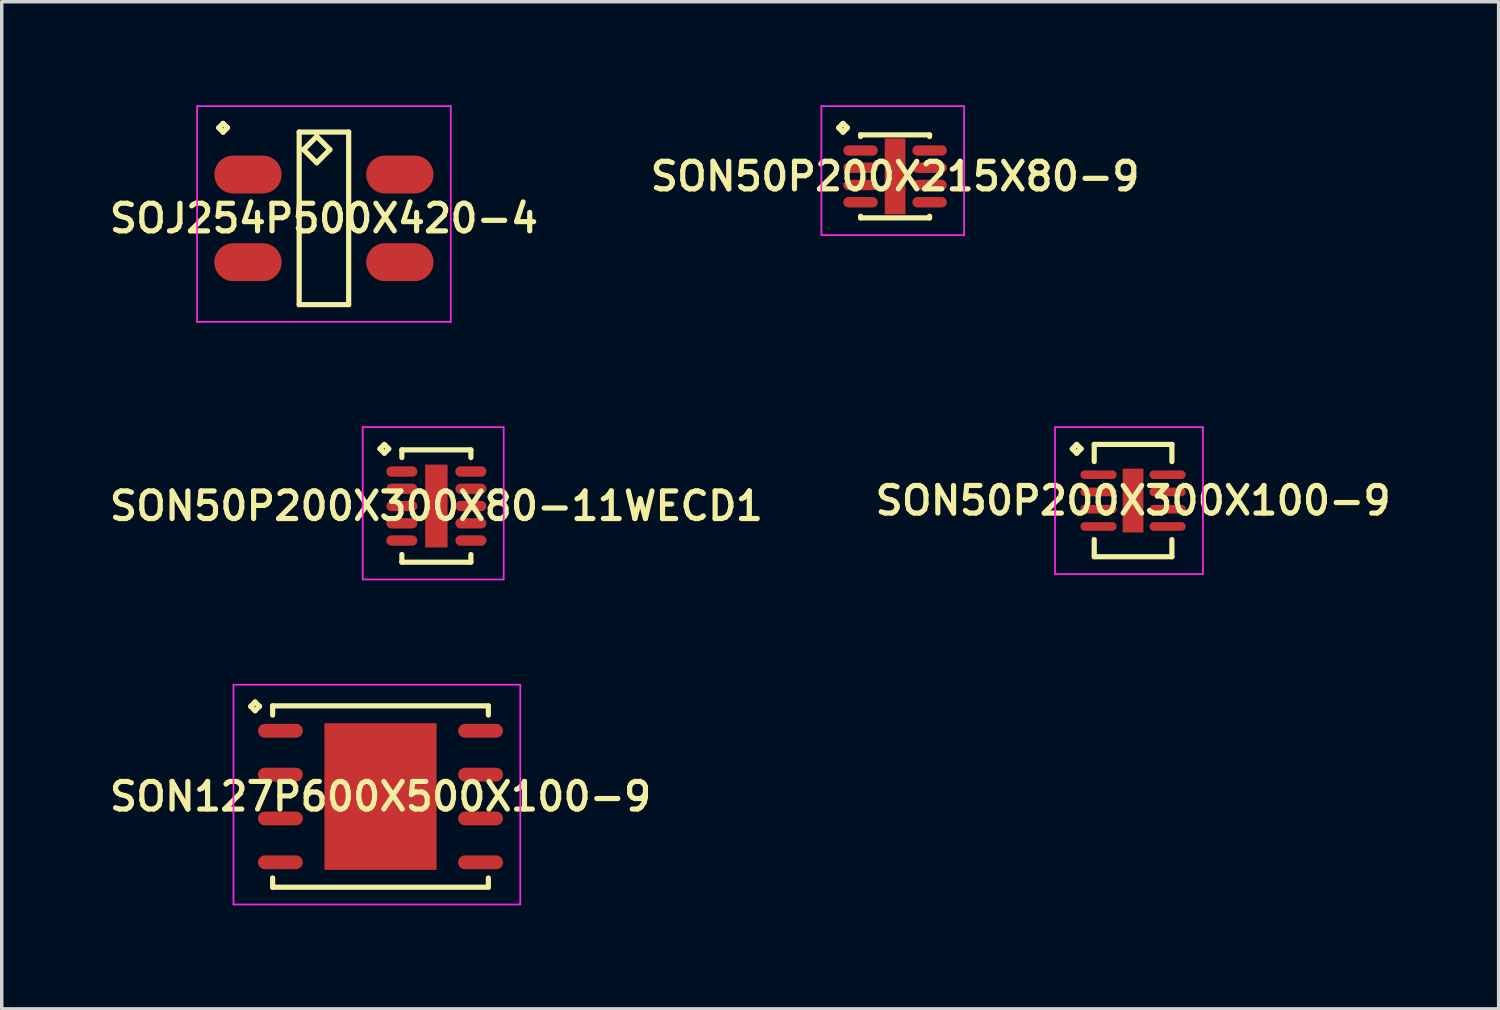
<source format=kicad_pcb>
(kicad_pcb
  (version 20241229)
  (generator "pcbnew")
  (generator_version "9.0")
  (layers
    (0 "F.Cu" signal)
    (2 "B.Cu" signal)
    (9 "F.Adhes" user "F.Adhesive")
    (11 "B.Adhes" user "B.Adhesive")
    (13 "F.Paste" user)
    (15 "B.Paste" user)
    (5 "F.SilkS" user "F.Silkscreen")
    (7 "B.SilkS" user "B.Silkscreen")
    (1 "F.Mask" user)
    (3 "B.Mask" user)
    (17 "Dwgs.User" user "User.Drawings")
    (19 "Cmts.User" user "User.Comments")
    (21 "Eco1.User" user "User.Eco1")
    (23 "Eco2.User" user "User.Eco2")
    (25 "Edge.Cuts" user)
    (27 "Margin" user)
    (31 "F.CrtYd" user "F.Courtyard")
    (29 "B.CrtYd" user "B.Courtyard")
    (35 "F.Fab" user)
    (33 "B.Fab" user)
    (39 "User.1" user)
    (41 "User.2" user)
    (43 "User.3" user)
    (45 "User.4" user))
  (footprint "SON50P200X215X80-9"
    (layer "F.Cu")
    (at 22.883 2.06)
    (property "Reference" "SON50P200X215X80-9" (at 0 0 0) (layer "F.SilkS") (effects (font (size 0.8 0.8) (thickness 0.15))))
    (attr smd)
    (fp_line (start -1.635 -1.408) (end -1.508 -1.535) (stroke (width 0.15) (type solid)) (layer "F.SilkS"))
    (fp_line (start -1.508 -1.535) (end -1.381 -1.408) (stroke (width 0.15) (type solid)) (layer "F.SilkS"))
    (fp_line (start -1.508 -1.281) (end -1.635 -1.408) (stroke (width 0.15) (type solid)) (layer "F.SilkS"))
    (fp_line (start -1.381 -1.408) (end -1.508 -1.281) (stroke (width 0.15) (type solid)) (layer "F.SilkS"))
    (fp_line (start -1 -1.202) (end 1 -1.202) (stroke (width 0.15) (type solid)) (layer "F.SilkS"))
    (fp_line (start -1 -1.154) (end -1 -1.202) (stroke (width 0.15) (type solid)) (layer "F.SilkS"))
    (fp_line (start -1 1.154) (end -1 1.202) (stroke (width 0.15) (type solid)) (layer "F.SilkS"))
    (fp_line (start -1 1.202) (end 1 1.202) (stroke (width 0.15) (type solid)) (layer "F.SilkS"))
    (fp_line (start 1 -1.202) (end 1 -1.154) (stroke (width 0.15) (type solid)) (layer "F.SilkS"))
    (fp_line (start 1 1.202) (end 1 1.154) (stroke (width 0.15) (type solid)) (layer "F.SilkS"))
    (fp_line (start -2.135 -2.035) (end 2 -2.035) (stroke (width 0.05) (type solid)) (layer "F.CrtYd"))
    (fp_line (start -2.135 1.702) (end -2.135 -2.035) (stroke (width 0.05) (type solid)) (layer "F.CrtYd"))
    (fp_line (start 2 -2.035) (end 2 1.702) (stroke (width 0.05) (type solid)) (layer "F.CrtYd"))
    (fp_line (start 2 1.702) (end -2.135 1.702) (stroke (width 0.05) (type solid)) (layer "F.CrtYd"))
    (pad "1" smd oval (at -1 -0.75) (size 1 0.3) (layers "F.Cu" "F.Mask" "F.Paste"))
    (pad "2" smd oval (at -1 -0.25) (size 1 0.3) (layers "F.Cu" "F.Mask" "F.Paste"))
    (pad "3" smd oval (at -1 0.25) (size 1 0.3) (layers "F.Cu" "F.Mask" "F.Paste"))
    (pad "4" smd oval (at -1 0.75) (size 1 0.3) (layers "F.Cu" "F.Mask" "F.Paste"))
    (pad "5" smd oval (at 1 0.75) (size 1 0.3) (layers "F.Cu" "F.Mask" "F.Paste"))
    (pad "6" smd oval (at 1 0.25) (size 1 0.3) (layers "F.Cu" "F.Mask" "F.Paste"))
    (pad "7" smd oval (at 1 -0.25) (size 1 0.3) (layers "F.Cu" "F.Mask" "F.Paste"))
    (pad "8" smd oval (at 1 -0.75) (size 1 0.3) (layers "F.Cu" "F.Mask" "F.Paste"))
    (pad "9" smd rect (at 0 0) (size 0.6 2.2) (layers "F.Cu" "F.Mask" "F.Paste")))
  (footprint "SON127P600X500X100-9"
    (layer "F.Cu")
    (at 7.974 20.028)
    (property "Reference" "SON127P600X500X100-9" (at 0 0 0) (layer "F.SilkS") (effects (font (size 0.8 0.8) (thickness 0.15))))
    (attr smd)
    (fp_line (start -3.76 -2.613) (end -3.633 -2.74) (stroke (width 0.15) (type solid)) (layer "F.SilkS"))
    (fp_line (start -3.633 -2.74) (end -3.506 -2.613) (stroke (width 0.15) (type solid)) (layer "F.SilkS"))
    (fp_line (start -3.633 -2.486) (end -3.76 -2.613) (stroke (width 0.15) (type solid)) (layer "F.SilkS"))
    (fp_line (start -3.506 -2.613) (end -3.633 -2.486) (stroke (width 0.15) (type solid)) (layer "F.SilkS"))
    (fp_line (start -3.125 -2.627) (end 3.125 -2.627) (stroke (width 0.15) (type solid)) (layer "F.SilkS"))
    (fp_line (start -3.125 -2.359) (end -3.125 -2.627) (stroke (width 0.15) (type solid)) (layer "F.SilkS"))
    (fp_line (start -3.125 2.359) (end -3.125 2.627) (stroke (width 0.15) (type solid)) (layer "F.SilkS"))
    (fp_line (start -3.125 2.627) (end 3.125 2.627) (stroke (width 0.15) (type solid)) (layer "F.SilkS"))
    (fp_line (start 3.125 -2.627) (end 3.125 -2.359) (stroke (width 0.15) (type solid)) (layer "F.SilkS"))
    (fp_line (start 3.125 2.627) (end 3.125 2.359) (stroke (width 0.15) (type solid)) (layer "F.SilkS"))
    (fp_line (start -4.26 -3.24) (end 4.05 -3.24) (stroke (width 0.05) (type solid)) (layer "F.CrtYd"))
    (fp_line (start -4.26 3.127) (end -4.26 -3.24) (stroke (width 0.05) (type solid)) (layer "F.CrtYd"))
    (fp_line (start 4.05 -3.24) (end 4.05 3.127) (stroke (width 0.05) (type solid)) (layer "F.CrtYd"))
    (fp_line (start 4.05 3.127) (end -4.26 3.127) (stroke (width 0.05) (type solid)) (layer "F.CrtYd"))
    (pad "1" smd oval (at -2.9 -1.905) (size 1.3 0.4) (layers "F.Cu" "F.Mask" "F.Paste"))
    (pad "2" smd oval (at -2.9 -0.635) (size 1.3 0.4) (layers "F.Cu" "F.Mask" "F.Paste"))
    (pad "3" smd oval (at -2.9 0.635) (size 1.3 0.4) (layers "F.Cu" "F.Mask" "F.Paste"))
    (pad "4" smd oval (at -2.9 1.905) (size 1.3 0.4) (layers "F.Cu" "F.Mask" "F.Paste"))
    (pad "5" smd oval (at 2.9 1.905) (size 1.3 0.4) (layers "F.Cu" "F.Mask" "F.Paste"))
    (pad "6" smd oval (at 2.9 0.635) (size 1.3 0.4) (layers "F.Cu" "F.Mask" "F.Paste"))
    (pad "7" smd oval (at 2.9 -0.635) (size 1.3 0.4) (layers "F.Cu" "F.Mask" "F.Paste"))
    (pad "8" smd oval (at 2.9 -1.905) (size 1.3 0.4) (layers "F.Cu" "F.Mask" "F.Paste"))
    (pad "9" smd rect (at 0 0) (size 3.25 4.25) (layers "F.Cu" "F.Mask" "F.Paste")))
  (footprint "SON50P200X300X80-11WECD1"
    (layer "F.Cu")
    (at 9.593 11.611)
    (property "Reference" "SON50P200X300X80-11WECD1" (at 0 0 0) (layer "F.SilkS") (effects (font (size 0.8 0.8) (thickness 0.15))))
    (attr smd)
    (fp_line (start -1.635 -1.658) (end -1.508 -1.785) (stroke (width 0.15) (type solid)) (layer "F.SilkS"))
    (fp_line (start -1.508 -1.785) (end -1.381 -1.658) (stroke (width 0.15) (type solid)) (layer "F.SilkS"))
    (fp_line (start -1.508 -1.531) (end -1.635 -1.658) (stroke (width 0.15) (type solid)) (layer "F.SilkS"))
    (fp_line (start -1.381 -1.658) (end -1.508 -1.531) (stroke (width 0.15) (type solid)) (layer "F.SilkS"))
    (fp_line (start -1 -1.627) (end 1 -1.627) (stroke (width 0.15) (type solid)) (layer "F.SilkS"))
    (fp_line (start -1 -1.404) (end -1 -1.627) (stroke (width 0.15) (type solid)) (layer "F.SilkS"))
    (fp_line (start -1 1.404) (end -1 1.627) (stroke (width 0.15) (type solid)) (layer "F.SilkS"))
    (fp_line (start -1 1.627) (end 1 1.627) (stroke (width 0.15) (type solid)) (layer "F.SilkS"))
    (fp_line (start 1 -1.627) (end 1 -1.404) (stroke (width 0.15) (type solid)) (layer "F.SilkS"))
    (fp_line (start 1 1.627) (end 1 1.404) (stroke (width 0.15) (type solid)) (layer "F.SilkS"))
    (fp_line (start -2.135 -2.285) (end 1.95 -2.285) (stroke (width 0.05) (type solid)) (layer "F.CrtYd"))
    (fp_line (start -2.135 2.127) (end -2.135 -2.285) (stroke (width 0.05) (type solid)) (layer "F.CrtYd"))
    (fp_line (start 1.95 -2.285) (end 1.95 2.127) (stroke (width 0.05) (type solid)) (layer "F.CrtYd"))
    (fp_line (start 1.95 2.127) (end -2.135 2.127) (stroke (width 0.05) (type solid)) (layer "F.CrtYd"))
    (pad "1" smd oval (at -1 -1) (size 0.9 0.3) (layers "F.Cu" "F.Mask" "F.Paste"))
    (pad "2" smd oval (at -1 -0.5) (size 0.9 0.3) (layers "F.Cu" "F.Mask" "F.Paste"))
    (pad "3" smd oval (at -1 0) (size 0.9 0.3) (layers "F.Cu" "F.Mask" "F.Paste"))
    (pad "4" smd oval (at -1 0.5) (size 0.9 0.3) (layers "F.Cu" "F.Mask" "F.Paste"))
    (pad "5" smd oval (at -1 1) (size 0.9 0.3) (layers "F.Cu" "F.Mask" "F.Paste"))
    (pad "6" smd oval (at 1 1) (size 0.9 0.3) (layers "F.Cu" "F.Mask" "F.Paste"))
    (pad "7" smd oval (at 1 0.5) (size 0.9 0.3) (layers "F.Cu" "F.Mask" "F.Paste"))
    (pad "8" smd oval (at 1 0) (size 0.9 0.3) (layers "F.Cu" "F.Mask" "F.Paste"))
    (pad "9" smd oval (at 1 -0.5) (size 0.9 0.3) (layers "F.Cu" "F.Mask" "F.Paste"))
    (pad "10" smd oval (at 1 -1) (size 0.9 0.3) (layers "F.Cu" "F.Mask" "F.Paste"))
    (pad "11" smd rect (at 0 0) (size 0.65 2.4) (layers "F.Cu" "F.Mask" "F.Paste")))
  (footprint "SOJ254P500X420-4"
    (layer "F.Cu")
    (at 6.335 3.276)
    (property "Reference" "SOJ254P500X420-4" (at 0 0 0) (layer "F.SilkS") (effects (font (size 0.8 0.8) (thickness 0.15))))
    (attr smd)
    (fp_line (start -3.048 -2.624) (end -2.921 -2.751) (stroke (width 0.15) (type solid)) (layer "F.SilkS"))
    (fp_line (start -2.921 -2.751) (end -2.794 -2.624) (stroke (width 0.15) (type solid)) (layer "F.SilkS"))
    (fp_line (start -2.921 -2.497) (end -3.048 -2.624) (stroke (width 0.15) (type solid)) (layer "F.SilkS"))
    (fp_line (start -2.794 -2.624) (end -2.921 -2.497) (stroke (width 0.15) (type solid)) (layer "F.SilkS"))
    (fp_line (start -0.717 -2.5) (end -0.717 2.5) (stroke (width 0.15) (type solid)) (layer "F.SilkS"))
    (fp_line (start -0.717 2.5) (end 0.717 2.5) (stroke (width 0.15) (type solid)) (layer "F.SilkS"))
    (fp_line (start -0.59 -1.992) (end -0.209 -2.373) (stroke (width 0.15) (type solid)) (layer "F.SilkS"))
    (fp_line (start -0.209 -2.373) (end 0.172 -1.992) (stroke (width 0.15) (type solid)) (layer "F.SilkS"))
    (fp_line (start -0.209 -1.611) (end -0.59 -1.992) (stroke (width 0.15) (type solid)) (layer "F.SilkS"))
    (fp_line (start 0.172 -1.992) (end -0.209 -1.611) (stroke (width 0.15) (type solid)) (layer "F.SilkS"))
    (fp_line (start 0.717 -2.5) (end -0.717 -2.5) (stroke (width 0.15) (type solid)) (layer "F.SilkS"))
    (fp_line (start 0.717 2.5) (end 0.717 -2.5) (stroke (width 0.15) (type solid)) (layer "F.SilkS"))
    (fp_line (start -3.675 -3.251) (end 3.675 -3.251) (stroke (width 0.05) (type solid)) (layer "F.CrtYd"))
    (fp_line (start -3.675 3) (end -3.675 -3.251) (stroke (width 0.05) (type solid)) (layer "F.CrtYd"))
    (fp_line (start 3.675 -3.251) (end 3.675 3) (stroke (width 0.05) (type solid)) (layer "F.CrtYd"))
    (fp_line (start 3.675 3) (end -3.675 3) (stroke (width 0.05) (type solid)) (layer "F.CrtYd"))
    (pad "1" smd oval (at -2.2 -1.27) (size 1.95 1.1) (layers "F.Cu" "F.Mask" "F.Paste"))
    (pad "2" smd oval (at -2.2 1.27) (size 1.95 1.1) (layers "F.Cu" "F.Mask" "F.Paste"))
    (pad "3" smd oval (at 2.2 1.27) (size 1.95 1.1) (layers "F.Cu" "F.Mask" "F.Paste"))
    (pad "4" smd oval (at 2.2 -1.27) (size 1.95 1.1) (layers "F.Cu" "F.Mask" "F.Paste")))
  (footprint "SON50P200X300X100-9"
    (layer "F.Cu")
    (at 29.778 11.453)
    (property "Reference" "SON50P200X300X100-9" (at 0 0 0) (layer "F.SilkS") (effects (font (size 0.8 0.8) (thickness 0.15))))
    (attr smd)
    (fp_line (start -1.76 -1.5) (end -1.633 -1.627) (stroke (width 0.15) (type solid)) (layer "F.SilkS"))
    (fp_line (start -1.633 -1.627) (end -1.506 -1.5) (stroke (width 0.15) (type solid)) (layer "F.SilkS"))
    (fp_line (start -1.633 -1.373) (end -1.76 -1.5) (stroke (width 0.15) (type solid)) (layer "F.SilkS"))
    (fp_line (start -1.506 -1.5) (end -1.633 -1.373) (stroke (width 0.15) (type solid)) (layer "F.SilkS"))
    (fp_line (start -1.125 -1.627) (end 1.125 -1.627) (stroke (width 0.15) (type solid)) (layer "F.SilkS"))
    (fp_line (start -1.125 -1.129) (end -1.125 -1.627) (stroke (width 0.15) (type solid)) (layer "F.SilkS"))
    (fp_line (start -1.125 1.129) (end -1.125 1.627) (stroke (width 0.15) (type solid)) (layer "F.SilkS"))
    (fp_line (start -1.125 1.627) (end 1.125 1.627) (stroke (width 0.15) (type solid)) (layer "F.SilkS"))
    (fp_line (start 1.125 -1.627) (end 1.125 -1.129) (stroke (width 0.15) (type solid)) (layer "F.SilkS"))
    (fp_line (start 1.125 1.627) (end 1.125 1.129) (stroke (width 0.15) (type solid)) (layer "F.SilkS"))
    (fp_line (start -2.26 -2.127) (end 2.025 -2.127) (stroke (width 0.05) (type solid)) (layer "F.CrtYd"))
    (fp_line (start -2.26 2.127) (end -2.26 -2.127) (stroke (width 0.05) (type solid)) (layer "F.CrtYd"))
    (fp_line (start 2.025 -2.127) (end 2.025 2.127) (stroke (width 0.05) (type solid)) (layer "F.CrtYd"))
    (fp_line (start 2.025 2.127) (end -2.26 2.127) (stroke (width 0.05) (type solid)) (layer "F.CrtYd"))
    (pad "1" smd oval (at -1 -0.75) (size 1.05 0.25) (layers "F.Cu" "F.Mask" "F.Paste"))
    (pad "2" smd oval (at -1 -0.25) (size 1.05 0.25) (layers "F.Cu" "F.Mask" "F.Paste"))
    (pad "3" smd oval (at -1 0.25) (size 1.05 0.25) (layers "F.Cu" "F.Mask" "F.Paste"))
    (pad "4" smd oval (at -1 0.75) (size 1.05 0.25) (layers "F.Cu" "F.Mask" "F.Paste"))
    (pad "5" smd oval (at 1 0.75) (size 1.05 0.25) (layers "F.Cu" "F.Mask" "F.Paste"))
    (pad "6" smd oval (at 1 0.25) (size 1.05 0.25) (layers "F.Cu" "F.Mask" "F.Paste"))
    (pad "7" smd oval (at 1 -0.25) (size 1.05 0.25) (layers "F.Cu" "F.Mask" "F.Paste"))
    (pad "8" smd oval (at 1 -0.75) (size 1.05 0.25) (layers "F.Cu" "F.Mask" "F.Paste"))
    (pad "9" smd rect (at 0 0) (size 0.6 1.85) (layers "F.Cu" "F.Mask" "F.Paste")))
  (gr_rect
    (start -3 -3)
    (end 40.37 26.18)
    (stroke (width 0.1) (type default))
    (fill no)
    (layer "Edge.Cuts")))
</source>
